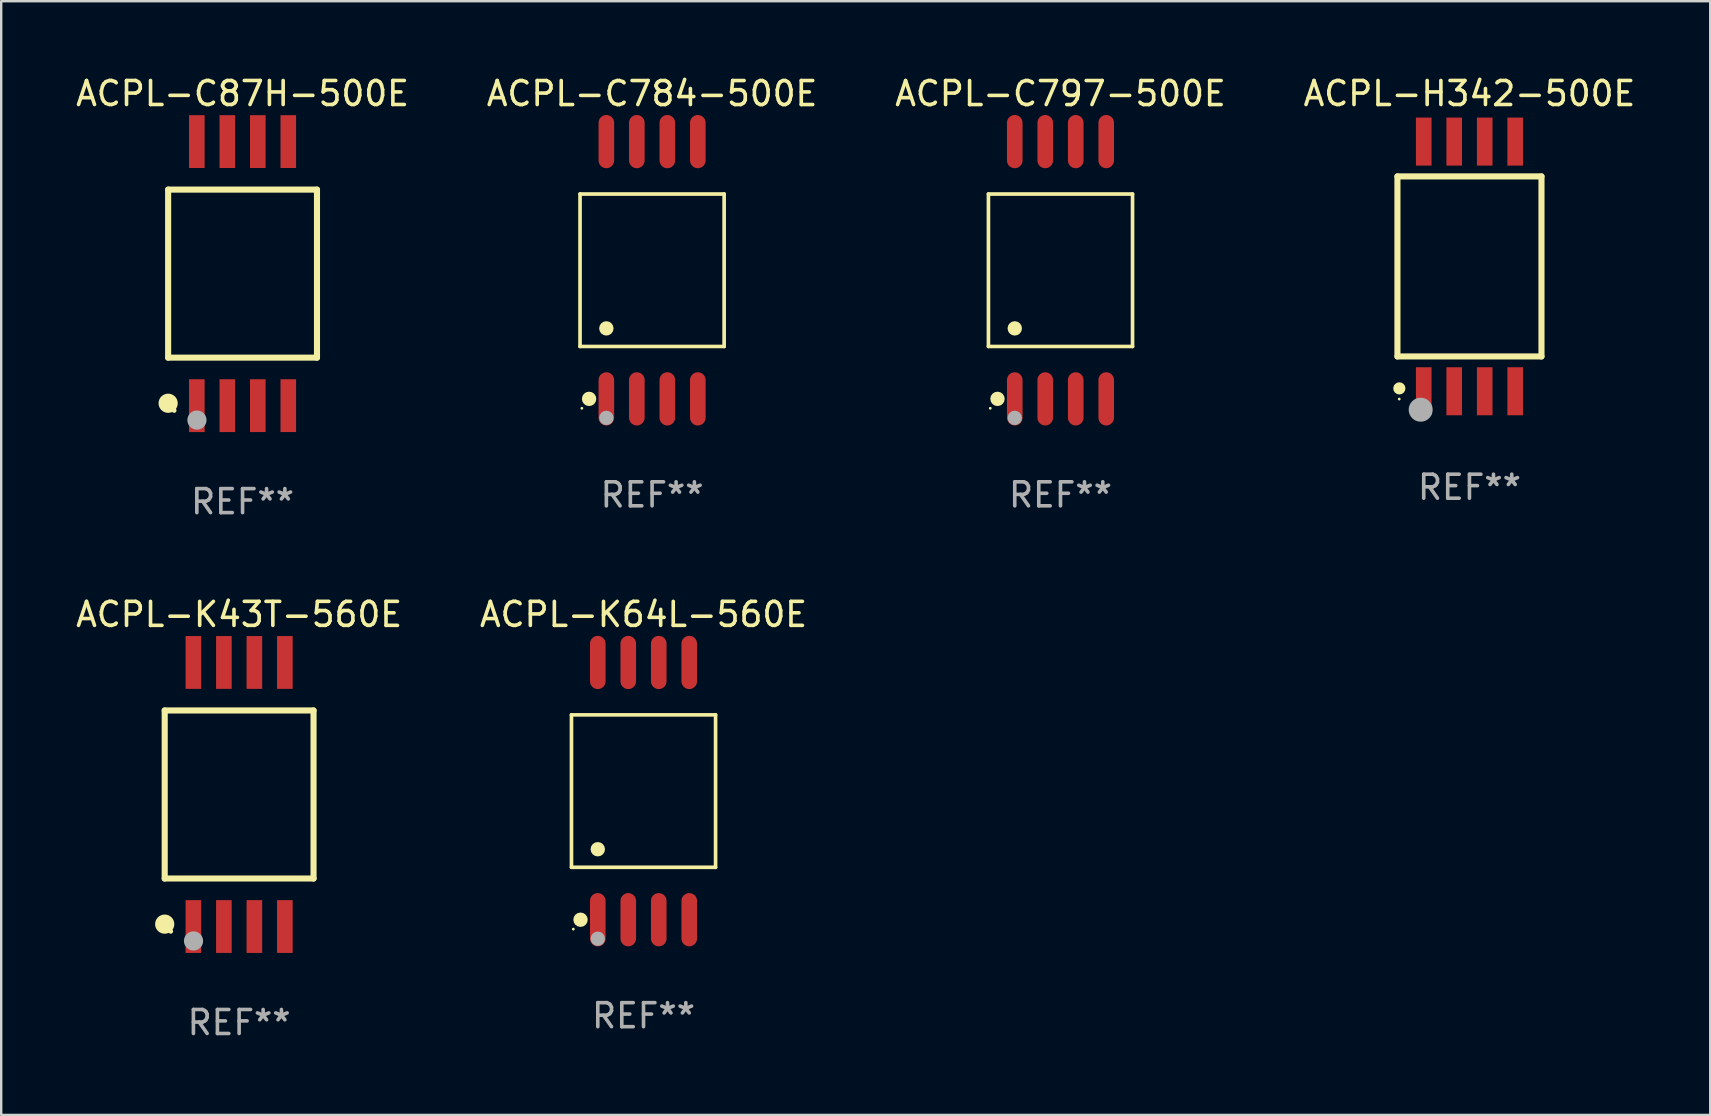
<source format=kicad_pcb>
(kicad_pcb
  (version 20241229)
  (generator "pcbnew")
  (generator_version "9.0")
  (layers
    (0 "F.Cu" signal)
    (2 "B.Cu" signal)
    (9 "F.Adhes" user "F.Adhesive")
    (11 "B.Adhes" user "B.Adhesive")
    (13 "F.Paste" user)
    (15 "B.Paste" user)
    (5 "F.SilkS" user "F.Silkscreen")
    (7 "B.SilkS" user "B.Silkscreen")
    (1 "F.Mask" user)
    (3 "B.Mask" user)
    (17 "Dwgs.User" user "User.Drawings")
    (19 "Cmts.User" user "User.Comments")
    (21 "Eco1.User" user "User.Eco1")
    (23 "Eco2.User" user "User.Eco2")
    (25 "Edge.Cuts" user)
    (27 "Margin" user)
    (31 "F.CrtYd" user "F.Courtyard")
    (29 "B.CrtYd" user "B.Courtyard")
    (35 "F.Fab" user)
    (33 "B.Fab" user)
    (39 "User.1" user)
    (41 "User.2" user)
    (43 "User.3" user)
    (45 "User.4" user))
  (footprint "ACPL-C784-500E"
    (layer "F.Cu")
    (at 24.113 8.207)
    (property "Reference" "ACPL-C784-500E" (at 0 -7.358 0) (layer "F.SilkS") (effects (font (size 1 1) (thickness 0.15))))
    (attr through_hole)
    (fp_line (start -3.001 -3.175) (end 3.001 -3.175) (stroke (width 0.152) (type solid)) (layer "F.SilkS"))
    (fp_line (start -3.001 3.175) (end -3.001 -3.175) (stroke (width 0.152) (type solid)) (layer "F.SilkS"))
    (fp_line (start 3.001 -3.175) (end 3.001 3.175) (stroke (width 0.152) (type solid)) (layer "F.SilkS"))
    (fp_line (start 3.001 3.175) (end -3.001 3.175) (stroke (width 0.152) (type solid)) (layer "F.SilkS"))
    (fp_circle (center -2.925 5.75) (end -2.895 5.75) (stroke (width 0.06) (type solid)) (fill no) (layer "F.SilkS"))
    (fp_circle (center -2.624 5.358) (end -2.474 5.358) (stroke (width 0.3) (type solid)) (fill no) (layer "F.SilkS"))
    (fp_circle (center -1.905 2.422) (end -1.755 2.422) (stroke (width 0.3) (type solid)) (fill no) (layer "F.SilkS"))
    (fp_circle (center -1.905 6.15) (end -1.755 6.15) (stroke (width 0.3) (type solid)) (fill no) (layer "F.Fab"))
    (fp_text user "REF**" (at 0 9.358 0) (layer "F.Fab") (effects (font (size 1 1) (thickness 0.15))))
    (pad "1" smd oval (at -1.905 5.358) (size 0.65 2.217) (layers "F.Cu" "F.Mask" "F.Paste"))
    (pad "2" smd oval (at -0.635 5.358) (size 0.65 2.217) (layers "F.Cu" "F.Mask" "F.Paste"))
    (pad "3" smd oval (at 0.635 5.358) (size 0.65 2.217) (layers "F.Cu" "F.Mask" "F.Paste"))
    (pad "4" smd oval (at 1.905 5.358) (size 0.65 2.217) (layers "F.Cu" "F.Mask" "F.Paste"))
    (pad "5" smd oval (at 1.905 -5.358) (size 0.65 2.217) (layers "F.Cu" "F.Mask" "F.Paste"))
    (pad "6" smd oval (at 0.635 -5.358) (size 0.65 2.217) (layers "F.Cu" "F.Mask" "F.Paste"))
    (pad "7" smd oval (at -0.635 -5.358) (size 0.65 2.217) (layers "F.Cu" "F.Mask" "F.Paste"))
    (pad "8" smd oval (at -1.905 -5.358) (size 0.65 2.217) (layers "F.Cu" "F.Mask" "F.Paste")))
  (footprint "ACPL-K43T-560E"
    (layer "F.Cu")
    (at 6.911 30.045)
    (property "Reference" "ACPL-K43T-560E" (at 0 -7.5 0) (layer "F.SilkS") (effects (font (size 1 1) (thickness 0.15))))
    (attr through_hole)
    (fp_line (start -3.1 -3.5) (end 3.1 -3.5) (stroke (width 0.254) (type solid)) (layer "F.SilkS"))
    (fp_line (start -3.1 3.5) (end -3.1 -3.5) (stroke (width 0.254) (type solid)) (layer "F.SilkS"))
    (fp_line (start 3.1 -3.5) (end 3.1 3.5) (stroke (width 0.254) (type solid)) (layer "F.SilkS"))
    (fp_line (start 3.1 3.5) (end -3.1 3.5) (stroke (width 0.254) (type solid)) (layer "F.SilkS"))
    (fp_circle (center -3.1 5.4) (end -2.9 5.4) (stroke (width 0.4) (type solid)) (fill no) (layer "F.SilkS"))
    (fp_circle (center -2.85 5.7) (end -2.8 5.7) (stroke (width 0.1) (type solid)) (fill no) (layer "F.SilkS"))
    (fp_circle (center -1.9 6.1) (end -1.7 6.1) (stroke (width 0.4) (type solid)) (fill no) (layer "F.Fab"))
    (fp_text user "REF**" (at 0 9.5 0) (layer "F.Fab") (effects (font (size 1 1) (thickness 0.15))))
    (pad "1" smd rect (at -1.905 5.5) (size 0.65 2.2) (layers "F.Cu" "F.Mask" "F.Paste"))
    (pad "2" smd rect (at -0.635 5.5) (size 0.65 2.2) (layers "F.Cu" "F.Mask" "F.Paste"))
    (pad "3" smd rect (at 0.635 5.5) (size 0.65 2.2) (layers "F.Cu" "F.Mask" "F.Paste"))
    (pad "4" smd rect (at 1.905 5.5) (size 0.65 2.2) (layers "F.Cu" "F.Mask" "F.Paste"))
    (pad "5" smd rect (at 1.905 -5.5) (size 0.65 2.2) (layers "F.Cu" "F.Mask" "F.Paste"))
    (pad "6" smd rect (at 0.635 -5.5) (size 0.65 2.2) (layers "F.Cu" "F.Mask" "F.Paste"))
    (pad "7" smd rect (at -0.635 -5.5) (size 0.65 2.2) (layers "F.Cu" "F.Mask" "F.Paste"))
    (pad "8" smd rect (at -1.905 -5.5) (size 0.65 2.2) (layers "F.Cu" "F.Mask" "F.Paste")))
  (footprint "ACPL-K64L-560E"
    (layer "F.Cu")
    (at 23.756 29.903)
    (property "Reference" "ACPL-K64L-560E" (at 0 -7.358 0) (layer "F.SilkS") (effects (font (size 1 1) (thickness 0.15))))
    (attr through_hole)
    (fp_line (start -3.001 -3.175) (end 3.001 -3.175) (stroke (width 0.152) (type solid)) (layer "F.SilkS"))
    (fp_line (start -3.001 3.175) (end -3.001 -3.175) (stroke (width 0.152) (type solid)) (layer "F.SilkS"))
    (fp_line (start 3.001 -3.175) (end 3.001 3.175) (stroke (width 0.152) (type solid)) (layer "F.SilkS"))
    (fp_line (start 3.001 3.175) (end -3.001 3.175) (stroke (width 0.152) (type solid)) (layer "F.SilkS"))
    (fp_circle (center -2.925 5.75) (end -2.895 5.75) (stroke (width 0.06) (type solid)) (fill no) (layer "F.SilkS"))
    (fp_circle (center -2.624 5.358) (end -2.474 5.358) (stroke (width 0.3) (type solid)) (fill no) (layer "F.SilkS"))
    (fp_circle (center -1.905 2.422) (end -1.755 2.422) (stroke (width 0.3) (type solid)) (fill no) (layer "F.SilkS"))
    (fp_circle (center -1.905 6.15) (end -1.755 6.15) (stroke (width 0.3) (type solid)) (fill no) (layer "F.Fab"))
    (fp_text user "REF**" (at 0 9.358 0) (layer "F.Fab") (effects (font (size 1 1) (thickness 0.15))))
    (pad "1" smd oval (at -1.905 5.358) (size 0.65 2.217) (layers "F.Cu" "F.Mask" "F.Paste"))
    (pad "2" smd oval (at -0.635 5.358) (size 0.65 2.217) (layers "F.Cu" "F.Mask" "F.Paste"))
    (pad "3" smd oval (at 0.635 5.358) (size 0.65 2.217) (layers "F.Cu" "F.Mask" "F.Paste"))
    (pad "4" smd oval (at 1.905 5.358) (size 0.65 2.217) (layers "F.Cu" "F.Mask" "F.Paste"))
    (pad "5" smd oval (at 1.905 -5.358) (size 0.65 2.217) (layers "F.Cu" "F.Mask" "F.Paste"))
    (pad "6" smd oval (at 0.635 -5.358) (size 0.65 2.217) (layers "F.Cu" "F.Mask" "F.Paste"))
    (pad "7" smd oval (at -0.635 -5.358) (size 0.65 2.217) (layers "F.Cu" "F.Mask" "F.Paste"))
    (pad "8" smd oval (at -1.905 -5.358) (size 0.65 2.217) (layers "F.Cu" "F.Mask" "F.Paste")))
  (footprint "ACPL-H342-500E"
    (layer "F.Cu")
    (at 58.161 8.048)
    (property "Reference" "ACPL-H342-500E" (at 0 -7.2 0) (layer "F.SilkS") (effects (font (size 1 1) (thickness 0.15))))
    (attr through_hole)
    (fp_line (start -3 -3.75) (end 3 -3.75) (stroke (width 0.254) (type solid)) (layer "F.SilkS"))
    (fp_line (start -3 3.75) (end -3 -3.75) (stroke (width 0.254) (type solid)) (layer "F.SilkS"))
    (fp_line (start -3 3.75) (end 3 3.75) (stroke (width 0.254) (type solid)) (layer "F.SilkS"))
    (fp_line (start 3 -3.75) (end 3 3.75) (stroke (width 0.254) (type solid)) (layer "F.SilkS"))
    (fp_circle (center -2.925 5.525) (end -2.895 5.525) (stroke (width 0.06) (type solid)) (fill no) (layer "F.SilkS"))
    (fp_circle (center -2.921 5.08) (end -2.794 5.08) (stroke (width 0.254) (type solid)) (fill no) (layer "F.SilkS"))
    (fp_circle (center -2.032 5.969) (end -1.782 5.969) (stroke (width 0.5) (type solid)) (fill no) (layer "F.Fab"))
    (fp_text user "REF**" (at 0 9.2 0) (layer "F.Fab") (effects (font (size 1 1) (thickness 0.15))))
    (pad "1" smd rect (at -1.905 5.2) (size 0.65 2) (layers "F.Cu" "F.Mask" "F.Paste"))
    (pad "2" smd rect (at -0.635 5.2) (size 0.65 2) (layers "F.Cu" "F.Mask" "F.Paste"))
    (pad "3" smd rect (at 0.635 5.2) (size 0.65 2) (layers "F.Cu" "F.Mask" "F.Paste"))
    (pad "4" smd rect (at 1.905 5.2) (size 0.65 2) (layers "F.Cu" "F.Mask" "F.Paste"))
    (pad "5" smd rect (at 1.905 -5.2) (size 0.65 2) (layers "F.Cu" "F.Mask" "F.Paste"))
    (pad "6" smd rect (at 0.635 -5.2) (size 0.65 2) (layers "F.Cu" "F.Mask" "F.Paste"))
    (pad "7" smd rect (at -0.635 -5.2) (size 0.65 2) (layers "F.Cu" "F.Mask" "F.Paste"))
    (pad "8" smd rect (at -1.905 -5.2) (size 0.65 2) (layers "F.Cu" "F.Mask" "F.Paste")))
  (footprint "ACPL-C87H-500E"
    (layer "F.Cu")
    (at 7.054 8.348)
    (property "Reference" "ACPL-C87H-500E" (at 0 -7.5 0) (layer "F.SilkS") (effects (font (size 1 1) (thickness 0.15))))
    (attr through_hole)
    (fp_line (start -3.1 -3.5) (end 3.1 -3.5) (stroke (width 0.254) (type solid)) (layer "F.SilkS"))
    (fp_line (start -3.1 3.5) (end -3.1 -3.5) (stroke (width 0.254) (type solid)) (layer "F.SilkS"))
    (fp_line (start 3.1 -3.5) (end 3.1 3.5) (stroke (width 0.254) (type solid)) (layer "F.SilkS"))
    (fp_line (start 3.1 3.5) (end -3.1 3.5) (stroke (width 0.254) (type solid)) (layer "F.SilkS"))
    (fp_circle (center -3.1 5.4) (end -2.9 5.4) (stroke (width 0.4) (type solid)) (fill no) (layer "F.SilkS"))
    (fp_circle (center -2.85 5.7) (end -2.8 5.7) (stroke (width 0.1) (type solid)) (fill no) (layer "F.SilkS"))
    (fp_circle (center -1.9 6.1) (end -1.7 6.1) (stroke (width 0.4) (type solid)) (fill no) (layer "F.Fab"))
    (fp_text user "REF**" (at 0 9.5 0) (layer "F.Fab") (effects (font (size 1 1) (thickness 0.15))))
    (pad "1" smd rect (at -1.905 5.5) (size 0.65 2.2) (layers "F.Cu" "F.Mask" "F.Paste"))
    (pad "2" smd rect (at -0.635 5.5) (size 0.65 2.2) (layers "F.Cu" "F.Mask" "F.Paste"))
    (pad "3" smd rect (at 0.635 5.5) (size 0.65 2.2) (layers "F.Cu" "F.Mask" "F.Paste"))
    (pad "4" smd rect (at 1.905 5.5) (size 0.65 2.2) (layers "F.Cu" "F.Mask" "F.Paste"))
    (pad "5" smd rect (at 1.905 -5.5) (size 0.65 2.2) (layers "F.Cu" "F.Mask" "F.Paste"))
    (pad "6" smd rect (at 0.635 -5.5) (size 0.65 2.2) (layers "F.Cu" "F.Mask" "F.Paste"))
    (pad "7" smd rect (at -0.635 -5.5) (size 0.65 2.2) (layers "F.Cu" "F.Mask" "F.Paste"))
    (pad "8" smd rect (at -1.905 -5.5) (size 0.65 2.2) (layers "F.Cu" "F.Mask" "F.Paste")))
  (footprint "ACPL-C797-500E"
    (layer "F.Cu")
    (at 41.125 8.207)
    (property "Reference" "ACPL-C797-500E" (at 0 -7.358 0) (layer "F.SilkS") (effects (font (size 1 1) (thickness 0.15))))
    (attr through_hole)
    (fp_line (start -3.001 -3.175) (end 3.001 -3.175) (stroke (width 0.152) (type solid)) (layer "F.SilkS"))
    (fp_line (start -3.001 3.175) (end -3.001 -3.175) (stroke (width 0.152) (type solid)) (layer "F.SilkS"))
    (fp_line (start 3.001 -3.175) (end 3.001 3.175) (stroke (width 0.152) (type solid)) (layer "F.SilkS"))
    (fp_line (start 3.001 3.175) (end -3.001 3.175) (stroke (width 0.152) (type solid)) (layer "F.SilkS"))
    (fp_circle (center -2.925 5.75) (end -2.895 5.75) (stroke (width 0.06) (type solid)) (fill no) (layer "F.SilkS"))
    (fp_circle (center -2.624 5.358) (end -2.474 5.358) (stroke (width 0.3) (type solid)) (fill no) (layer "F.SilkS"))
    (fp_circle (center -1.905 2.422) (end -1.755 2.422) (stroke (width 0.3) (type solid)) (fill no) (layer "F.SilkS"))
    (fp_circle (center -1.905 6.15) (end -1.755 6.15) (stroke (width 0.3) (type solid)) (fill no) (layer "F.Fab"))
    (fp_text user "REF**" (at 0 9.358 0) (layer "F.Fab") (effects (font (size 1 1) (thickness 0.15))))
    (pad "1" smd oval (at -1.905 5.358) (size 0.65 2.217) (layers "F.Cu" "F.Mask" "F.Paste"))
    (pad "2" smd oval (at -0.635 5.358) (size 0.65 2.217) (layers "F.Cu" "F.Mask" "F.Paste"))
    (pad "3" smd oval (at 0.635 5.358) (size 0.65 2.217) (layers "F.Cu" "F.Mask" "F.Paste"))
    (pad "4" smd oval (at 1.905 5.358) (size 0.65 2.217) (layers "F.Cu" "F.Mask" "F.Paste"))
    (pad "5" smd oval (at 1.905 -5.358) (size 0.65 2.217) (layers "F.Cu" "F.Mask" "F.Paste"))
    (pad "6" smd oval (at 0.635 -5.358) (size 0.65 2.217) (layers "F.Cu" "F.Mask" "F.Paste"))
    (pad "7" smd oval (at -0.635 -5.358) (size 0.65 2.217) (layers "F.Cu" "F.Mask" "F.Paste"))
    (pad "8" smd oval (at -1.905 -5.358) (size 0.65 2.217) (layers "F.Cu" "F.Mask" "F.Paste")))
  (gr_rect
    (start -3 -3)
    (end 68.19 43.393)
    (stroke (width 0.1) (type default))
    (fill no)
    (layer "Edge.Cuts")))
</source>
